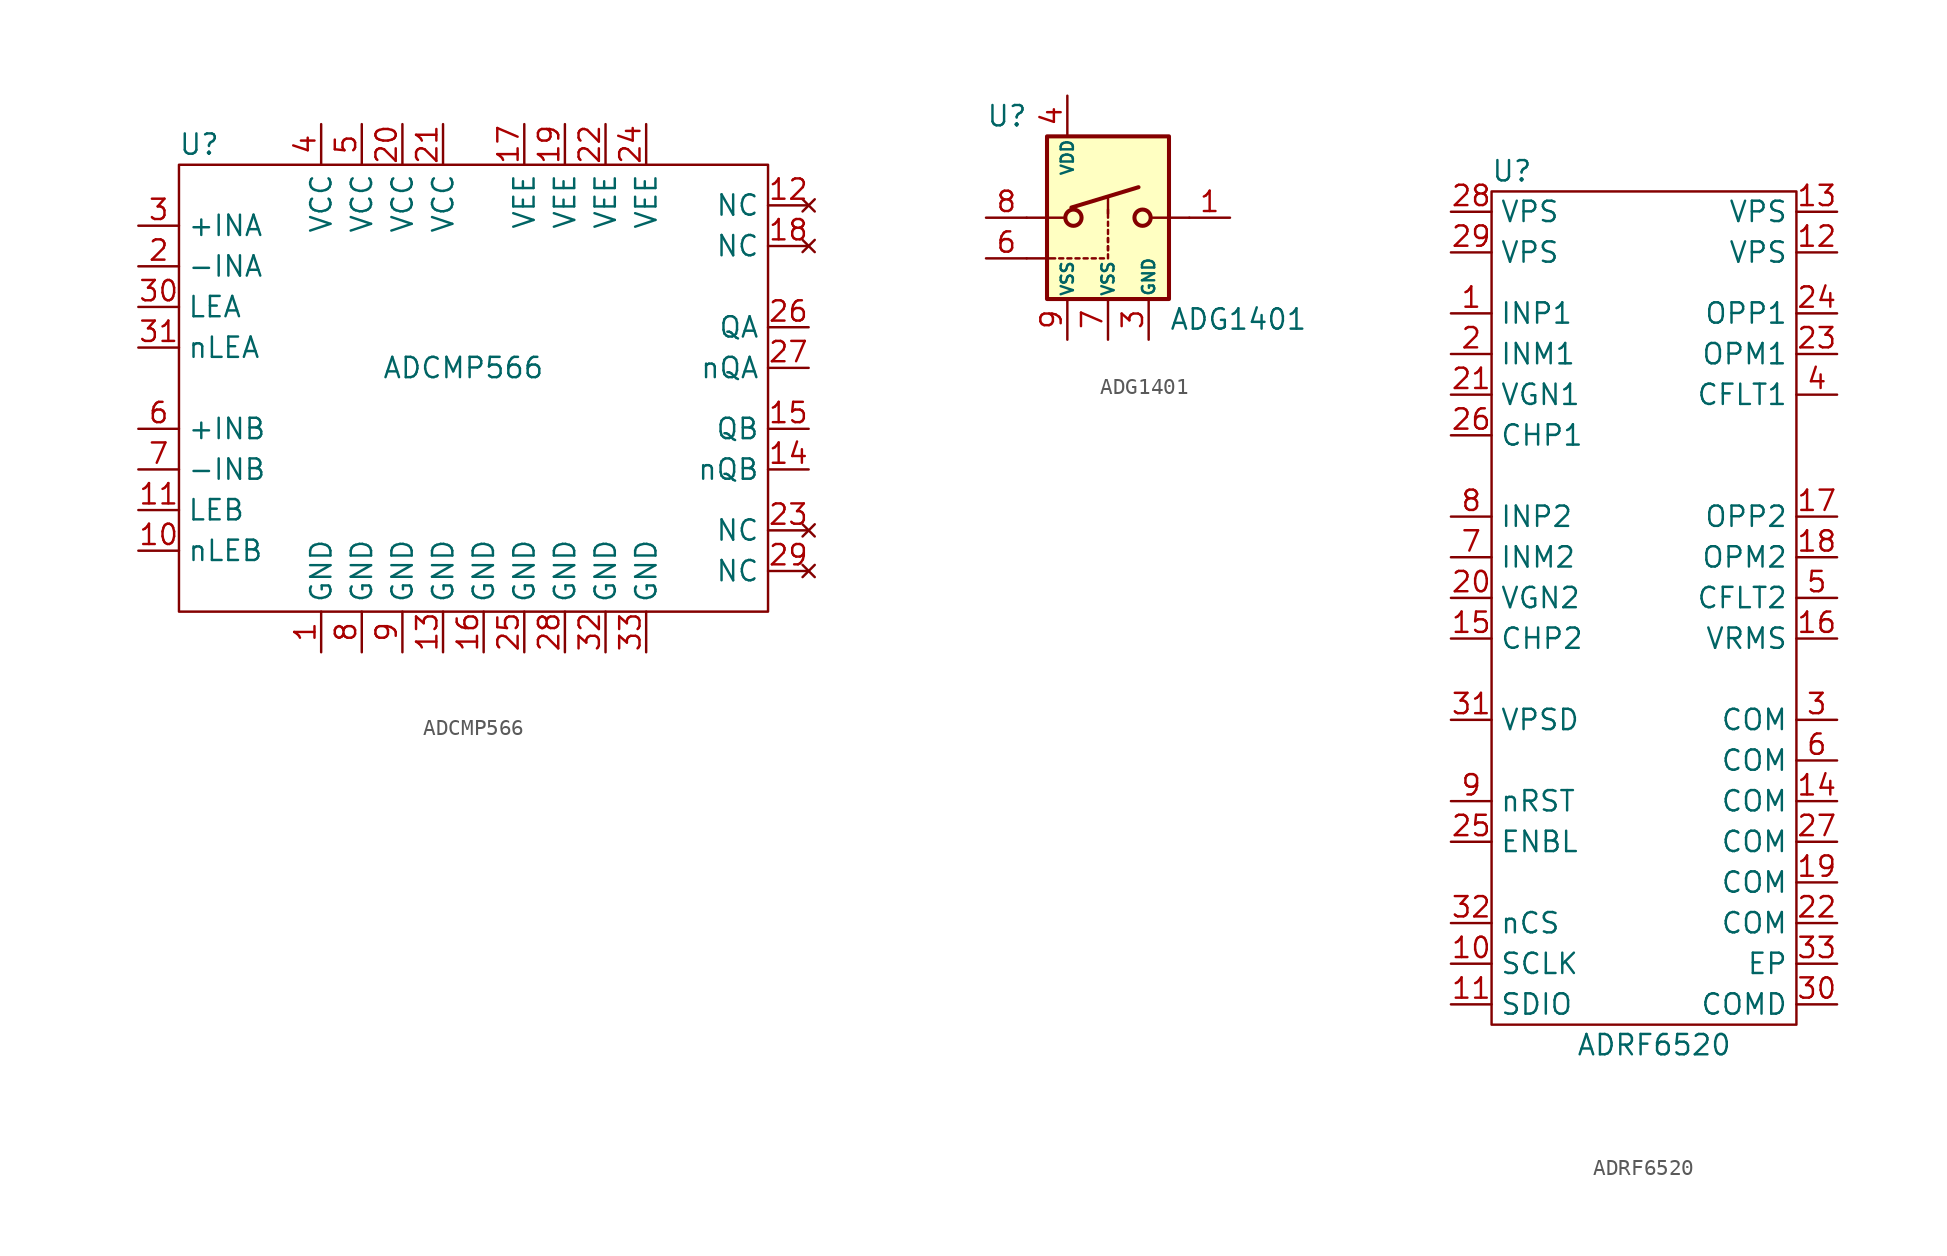
<source format=kicad_sym>
(kicad_symbol_lib
  (version 20211014)
  (generator kicad_symbol_editor)
  (symbol "ADCMP566"
    (property "Reference" "U"
      (at -17.78 15.24 0)
      (effects (font (size 1.27 1.27))))
    (property "Value" "ADCMP566"
      (at -1.27 1.27 0)
      (effects (font (size 1.27 1.27))))
    (symbol "ADCMP566_0_1"
      (rectangle (start -19.05 13.97) (end 17.78 -13.97) (stroke (width 0) (type default) (color 0 0 0 0)) (fill (type none))))
    (symbol "ADCMP566_1_1"
      (pin power_in line (at -10.16 -16.51 90) (length 2.54) (name "GND" (effects (font (size 1.27 1.27)))) (number "1" (effects (font (size 1.27 1.27)))))
      (pin input line (at -21.59 -10.16 0) (length 2.54) (name "nLEB" (effects (font (size 1.27 1.27)))) (number "10" (effects (font (size 1.27 1.27)))))
      (pin input line (at -21.59 -7.62 0) (length 2.54) (name "LEB" (effects (font (size 1.27 1.27)))) (number "11" (effects (font (size 1.27 1.27)))))
      (pin no_connect line (at 20.32 11.43 180) (length 2.54) (name "NC" (effects (font (size 1.27 1.27)))) (number "12" (effects (font (size 1.27 1.27)))))
      (pin power_in line (at -2.54 -16.51 90) (length 2.54) (name "GND" (effects (font (size 1.27 1.27)))) (number "13" (effects (font (size 1.27 1.27)))))
      (pin output line (at 20.32 -5.08 180) (length 2.54) (name "nQB" (effects (font (size 1.27 1.27)))) (number "14" (effects (font (size 1.27 1.27)))))
      (pin output line (at 20.32 -2.54 180) (length 2.54) (name "QB" (effects (font (size 1.27 1.27)))) (number "15" (effects (font (size 1.27 1.27)))))
      (pin power_in line (at 0 -16.51 90) (length 2.54) (name "GND" (effects (font (size 1.27 1.27)))) (number "16" (effects (font (size 1.27 1.27)))))
      (pin power_in line (at 2.54 16.51 270) (length 2.54) (name "VEE" (effects (font (size 1.27 1.27)))) (number "17" (effects (font (size 1.27 1.27)))))
      (pin no_connect line (at 20.32 8.89 180) (length 2.54) (name "NC" (effects (font (size 1.27 1.27)))) (number "18" (effects (font (size 1.27 1.27)))))
      (pin power_in line (at 5.08 16.51 270) (length 2.54) (name "VEE" (effects (font (size 1.27 1.27)))) (number "19" (effects (font (size 1.27 1.27)))))
      (pin input line (at -21.59 7.62 0) (length 2.54) (name "-INA" (effects (font (size 1.27 1.27)))) (number "2" (effects (font (size 1.27 1.27)))))
      (pin power_in line (at -5.08 16.51 270) (length 2.54) (name "VCC" (effects (font (size 1.27 1.27)))) (number "20" (effects (font (size 1.27 1.27)))))
      (pin power_in line (at -2.54 16.51 270) (length 2.54) (name "VCC" (effects (font (size 1.27 1.27)))) (number "21" (effects (font (size 1.27 1.27)))))
      (pin power_in line (at 7.62 16.51 270) (length 2.54) (name "VEE" (effects (font (size 1.27 1.27)))) (number "22" (effects (font (size 1.27 1.27)))))
      (pin no_connect line (at 20.32 -8.89 180) (length 2.54) (name "NC" (effects (font (size 1.27 1.27)))) (number "23" (effects (font (size 1.27 1.27)))))
      (pin power_in line (at 10.16 16.51 270) (length 2.54) (name "VEE" (effects (font (size 1.27 1.27)))) (number "24" (effects (font (size 1.27 1.27)))))
      (pin power_in line (at 2.54 -16.51 90) (length 2.54) (name "GND" (effects (font (size 1.27 1.27)))) (number "25" (effects (font (size 1.27 1.27)))))
      (pin output line (at 20.32 3.81 180) (length 2.54) (name "QA" (effects (font (size 1.27 1.27)))) (number "26" (effects (font (size 1.27 1.27)))))
      (pin output line (at 20.32 1.27 180) (length 2.54) (name "nQA" (effects (font (size 1.27 1.27)))) (number "27" (effects (font (size 1.27 1.27)))))
      (pin power_in line (at 5.08 -16.51 90) (length 2.54) (name "GND" (effects (font (size 1.27 1.27)))) (number "28" (effects (font (size 1.27 1.27)))))
      (pin no_connect line (at 20.32 -11.43 180) (length 2.54) (name "NC" (effects (font (size 1.27 1.27)))) (number "29" (effects (font (size 1.27 1.27)))))
      (pin input line (at -21.59 10.16 0) (length 2.54) (name "+INA" (effects (font (size 1.27 1.27)))) (number "3" (effects (font (size 1.27 1.27)))))
      (pin input line (at -21.59 5.08 0) (length 2.54) (name "LEA" (effects (font (size 1.27 1.27)))) (number "30" (effects (font (size 1.27 1.27)))))
      (pin input line (at -21.59 2.54 0) (length 2.54) (name "nLEA" (effects (font (size 1.27 1.27)))) (number "31" (effects (font (size 1.27 1.27)))))
      (pin power_in line (at 7.62 -16.51 90) (length 2.54) (name "GND" (effects (font (size 1.27 1.27)))) (number "32" (effects (font (size 1.27 1.27)))))
      (pin power_in line (at 10.16 -16.51 90) (length 2.54) (name "GND" (effects (font (size 1.27 1.27)))) (number "33" (effects (font (size 1.27 1.27)))))
      (pin power_in line (at -10.16 16.51 270) (length 2.54) (name "VCC" (effects (font (size 1.27 1.27)))) (number "4" (effects (font (size 1.27 1.27)))))
      (pin power_in line (at -7.62 16.51 270) (length 2.54) (name "VCC" (effects (font (size 1.27 1.27)))) (number "5" (effects (font (size 1.27 1.27)))))
      (pin input line (at -21.59 -2.54 0) (length 2.54) (name "+INB" (effects (font (size 1.27 1.27)))) (number "6" (effects (font (size 1.27 1.27)))))
      (pin input line (at -21.59 -5.08 0) (length 2.54) (name "-INB" (effects (font (size 1.27 1.27)))) (number "7" (effects (font (size 1.27 1.27)))))
      (pin power_in line (at -7.62 -16.51 90) (length 2.54) (name "GND" (effects (font (size 1.27 1.27)))) (number "8" (effects (font (size 1.27 1.27)))))
      (pin power_in line (at -5.08 -16.51 90) (length 2.54) (name "GND" (effects (font (size 1.27 1.27)))) (number "9" (effects (font (size 1.27 1.27)))))))
  (symbol "ADG1401"
    (pin_names
      (offset 0.127))
    (property "Reference" "U"
      (at -7.62 6.35 0)
      (effects (font (size 1.27 1.27)) (justify left)))
    (property "Value" "ADG1401"
      (at 3.81 -6.35 0)
      (effects (font (size 1.27 1.27)) (justify left)))
    (symbol "ADG1401_0_1"
      (polyline (pts (xy -5.08 -2.54) (xy -3.302 -2.54)) (stroke (width 0) (type default) (color 0 0 0 0)) (fill (type none)))
      (polyline (pts (xy -3.048 -2.54) (xy -2.794 -2.54)) (stroke (width 0) (type default) (color 0 0 0 0)) (fill (type none)))
      (polyline (pts (xy -2.54 -2.54) (xy -2.286 -2.54)) (stroke (width 0) (type default) (color 0 0 0 0)) (fill (type none)))
      (polyline (pts (xy -2.032 -2.54) (xy -1.778 -2.54)) (stroke (width 0) (type default) (color 0 0 0 0)) (fill (type none)))
      (polyline (pts (xy -1.524 -2.54) (xy -1.27 -2.54)) (stroke (width 0) (type default) (color 0 0 0 0)) (fill (type none)))
      (polyline (pts (xy -1.016 -2.54) (xy -0.762 -2.54)) (stroke (width 0) (type default) (color 0 0 0 0)) (fill (type none)))
      (polyline (pts (xy -0.508 -2.54) (xy -0.254 -2.54)) (stroke (width 0) (type default) (color 0 0 0 0)) (fill (type none)))
      (polyline (pts (xy 0 -2.032) (xy 0 -1.778)) (stroke (width 0) (type default) (color 0 0 0 0)) (fill (type none)))
      (polyline (pts (xy 0 -1.524) (xy 0 -1.27)) (stroke (width 0) (type default) (color 0 0 0 0)) (fill (type none))))
    (symbol "ADG1401_1_1"
      (rectangle (start -3.81 5.08) (end 3.81 -5.08) (stroke (width 0.254) (type default) (color 0 0 0 0)) (fill (type background)))
      (circle (center -2.159 0) (radius 0.508) (stroke (width 0.254) (type default) (color 0 0 0 0)) (fill (type none)))
      (polyline (pts (xy -5.08 0) (xy -2.794 0)) (stroke (width 0) (type default) (color 0 0 0 0)) (fill (type none)))
      (polyline (pts (xy -2.286 0.635) (xy 1.905 1.905)) (stroke (width 0.254) (type default) (color 0 0 0 0)) (fill (type none)))
      (polyline (pts (xy 0 -2.54) (xy 0 -2.286)) (stroke (width 0) (type default) (color 0 0 0 0)) (fill (type none)))
      (polyline (pts (xy 0 -2.032) (xy 0 -1.778)) (stroke (width 0) (type default) (color 0 0 0 0)) (fill (type none)))
      (polyline (pts (xy 0 -1.524) (xy 0 -1.27)) (stroke (width 0) (type default) (color 0 0 0 0)) (fill (type none)))
      (polyline (pts (xy 0 -1.016) (xy 0 -0.762)) (stroke (width 0) (type default) (color 0 0 0 0)) (fill (type none)))
      (polyline (pts (xy 0 -0.508) (xy 0 -0.254)) (stroke (width 0) (type default) (color 0 0 0 0)) (fill (type none)))
      (polyline (pts (xy 0 0) (xy 0 0.508)) (stroke (width 0) (type default) (color 0 0 0 0)) (fill (type none)))
      (polyline (pts (xy 0 0.254) (xy 0 1.27)) (stroke (width 0) (type default) (color 0 0 0 0)) (fill (type none)))
      (polyline (pts (xy 5.08 0) (xy 2.794 0)) (stroke (width 0) (type default) (color 0 0 0 0)) (fill (type none)))
      (circle (center 2.159 0) (radius 0.508) (stroke (width 0.254) (type default) (color 0 0 0 0)) (fill (type none)))
      (pin passive line (at 7.62 0 180) (length 2.54) (name "~" (effects (font (size 1.27 1.27)))) (number "1" (effects (font (size 1.27 1.27)))))
      (pin no_connect line (at 0 7.62 270) (length 2.54) hide (name "NC" (effects (font (size 0.762 0.762)))) (number "2" (effects (font (size 1.27 1.27)))))
      (pin power_in line (at 2.54 -7.62 90) (length 2.54) (name "GND" (effects (font (size 0.762 0.762)))) (number "3" (effects (font (size 1.27 1.27)))))
      (pin power_in line (at -2.54 7.62 270) (length 2.54) (name "VDD" (effects (font (size 0.762 0.762)))) (number "4" (effects (font (size 1.27 1.27)))))
      (pin no_connect line (at 2.54 7.62 270) (length 2.54) hide (name "NC" (effects (font (size 0.762 0.762)))) (number "5" (effects (font (size 1.27 1.27)))))
      (pin input line (at -7.62 -2.54 0) (length 2.54) (name "~" (effects (font (size 1.27 1.27)))) (number "6" (effects (font (size 1.27 1.27)))))
      (pin power_in line (at 0 -7.62 90) (length 2.54) (name "VSS" (effects (font (size 0.762 0.762)))) (number "7" (effects (font (size 1.27 1.27)))))
      (pin passive line (at -7.62 0 0) (length 2.54) (name "~" (effects (font (size 1.27 1.27)))) (number "8" (effects (font (size 1.27 1.27)))))
      (pin power_in line (at -2.54 -7.62 90) (length 2.54) (name "VSS" (effects (font (size 0.762 0.762)))) (number "9" (effects (font (size 1.27 1.27)))))))
  (symbol "ADRF6520"
    (property "Reference" "U"
      (at -8.89 29.21 0)
      (effects (font (size 1.27 1.27))))
    (property "Value" "ADRF6520"
      (at 0 -25.4 0)
      (effects (font (size 1.27 1.27))))
    (symbol "ADRF6520_0_1"
      (rectangle (start -10.16 27.94) (end 8.89 -24.13) (stroke (width 0.152) (type default) (color 0 0 0 0)) (fill (type none))))
    (symbol "ADRF6520_1_1"
      (pin input line (at -12.7 20.32 0) (length 2.54) (name "INP1" (effects (font (size 1.27 1.27)))) (number "1" (effects (font (size 1.27 1.27)))))
      (pin input line (at -12.7 -20.32 0) (length 2.54) (name "SCLK" (effects (font (size 1.27 1.27)))) (number "10" (effects (font (size 1.27 1.27)))))
      (pin input line (at -12.7 -22.86 0) (length 2.54) (name "SDIO" (effects (font (size 1.27 1.27)))) (number "11" (effects (font (size 1.27 1.27)))))
      (pin power_in line (at 11.43 24.13 180) (length 2.54) (name "VPS" (effects (font (size 1.27 1.27)))) (number "12" (effects (font (size 1.27 1.27)))))
      (pin power_in line (at 11.43 26.67 180) (length 2.54) (name "VPS" (effects (font (size 1.27 1.27)))) (number "13" (effects (font (size 1.27 1.27)))))
      (pin power_in line (at 11.43 -10.16 180) (length 2.54) (name "COM" (effects (font (size 1.27 1.27)))) (number "14" (effects (font (size 1.27 1.27)))))
      (pin input line (at -12.7 0 0) (length 2.54) (name "CHP2" (effects (font (size 1.27 1.27)))) (number "15" (effects (font (size 1.27 1.27)))))
      (pin output line (at 11.43 0 180) (length 2.54) (name "VRMS" (effects (font (size 1.27 1.27)))) (number "16" (effects (font (size 1.27 1.27)))))
      (pin output line (at 11.43 7.62 180) (length 2.54) (name "OPP2" (effects (font (size 1.27 1.27)))) (number "17" (effects (font (size 1.27 1.27)))))
      (pin output line (at 11.43 5.08 180) (length 2.54) (name "OPM2" (effects (font (size 1.27 1.27)))) (number "18" (effects (font (size 1.27 1.27)))))
      (pin power_in line (at 11.43 -15.24 180) (length 2.54) (name "COM" (effects (font (size 1.27 1.27)))) (number "19" (effects (font (size 1.27 1.27)))))
      (pin input line (at -12.7 17.78 0) (length 2.54) (name "INM1" (effects (font (size 1.27 1.27)))) (number "2" (effects (font (size 1.27 1.27)))))
      (pin input line (at -12.7 2.54 0) (length 2.54) (name "VGN2" (effects (font (size 1.27 1.27)))) (number "20" (effects (font (size 1.27 1.27)))))
      (pin input line (at -12.7 15.24 0) (length 2.54) (name "VGN1" (effects (font (size 1.27 1.27)))) (number "21" (effects (font (size 1.27 1.27)))))
      (pin power_in line (at 11.43 -17.78 180) (length 2.54) (name "COM" (effects (font (size 1.27 1.27)))) (number "22" (effects (font (size 1.27 1.27)))))
      (pin output line (at 11.43 17.78 180) (length 2.54) (name "OPM1" (effects (font (size 1.27 1.27)))) (number "23" (effects (font (size 1.27 1.27)))))
      (pin output line (at 11.43 20.32 180) (length 2.54) (name "OPP1" (effects (font (size 1.27 1.27)))) (number "24" (effects (font (size 1.27 1.27)))))
      (pin input line (at -12.7 -12.7 0) (length 2.54) (name "ENBL" (effects (font (size 1.27 1.27)))) (number "25" (effects (font (size 1.27 1.27)))))
      (pin input line (at -12.7 12.7 0) (length 2.54) (name "CHP1" (effects (font (size 1.27 1.27)))) (number "26" (effects (font (size 1.27 1.27)))))
      (pin power_in line (at 11.43 -12.7 180) (length 2.54) (name "COM" (effects (font (size 1.27 1.27)))) (number "27" (effects (font (size 1.27 1.27)))))
      (pin power_in line (at -12.7 26.67 0) (length 2.54) (name "VPS" (effects (font (size 1.27 1.27)))) (number "28" (effects (font (size 1.27 1.27)))))
      (pin power_in line (at -12.7 24.13 0) (length 2.54) (name "VPS" (effects (font (size 1.27 1.27)))) (number "29" (effects (font (size 1.27 1.27)))))
      (pin power_in line (at 11.43 -5.08 180) (length 2.54) (name "COM" (effects (font (size 1.27 1.27)))) (number "3" (effects (font (size 1.27 1.27)))))
      (pin power_in line (at 11.43 -22.86 180) (length 2.54) (name "COMD" (effects (font (size 1.27 1.27)))) (number "30" (effects (font (size 1.27 1.27)))))
      (pin power_in line (at -12.7 -5.08 0) (length 2.54) (name "VPSD" (effects (font (size 1.27 1.27)))) (number "31" (effects (font (size 1.27 1.27)))))
      (pin input line (at -12.7 -17.78 0) (length 2.54) (name "nCS" (effects (font (size 1.27 1.27)))) (number "32" (effects (font (size 1.27 1.27)))))
      (pin power_in line (at 11.43 -20.32 180) (length 2.54) (name "EP" (effects (font (size 1.27 1.27)))) (number "33" (effects (font (size 1.27 1.27)))))
      (pin input line (at 11.43 15.24 180) (length 2.54) (name "CFLT1" (effects (font (size 1.27 1.27)))) (number "4" (effects (font (size 1.27 1.27)))))
      (pin input line (at 11.43 2.54 180) (length 2.54) (name "CFLT2" (effects (font (size 1.27 1.27)))) (number "5" (effects (font (size 1.27 1.27)))))
      (pin power_in line (at 11.43 -7.62 180) (length 2.54) (name "COM" (effects (font (size 1.27 1.27)))) (number "6" (effects (font (size 1.27 1.27)))))
      (pin input line (at -12.7 5.08 0) (length 2.54) (name "INM2" (effects (font (size 1.27 1.27)))) (number "7" (effects (font (size 1.27 1.27)))))
      (pin input line (at -12.7 7.62 0) (length 2.54) (name "INP2" (effects (font (size 1.27 1.27)))) (number "8" (effects (font (size 1.27 1.27)))))
      (pin input line (at -12.7 -10.16 0) (length 2.54) (name "nRST" (effects (font (size 1.27 1.27)))) (number "9" (effects (font (size 1.27 1.27))))))))
</source>
